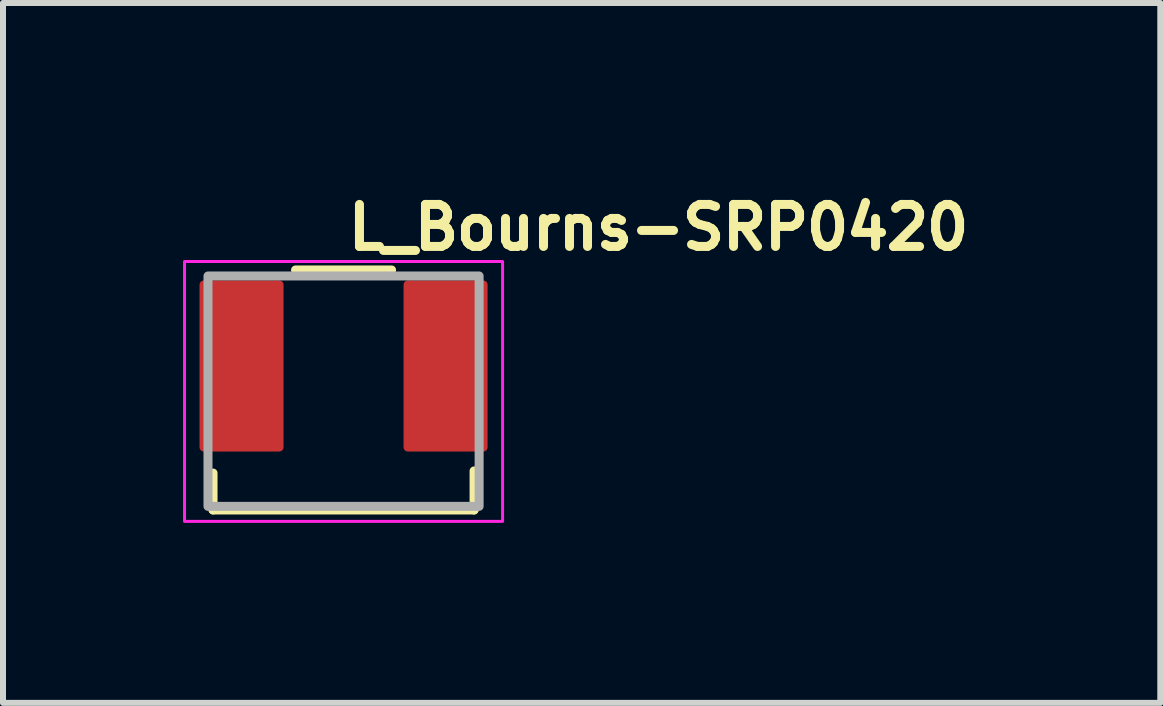
<source format=kicad_pcb>
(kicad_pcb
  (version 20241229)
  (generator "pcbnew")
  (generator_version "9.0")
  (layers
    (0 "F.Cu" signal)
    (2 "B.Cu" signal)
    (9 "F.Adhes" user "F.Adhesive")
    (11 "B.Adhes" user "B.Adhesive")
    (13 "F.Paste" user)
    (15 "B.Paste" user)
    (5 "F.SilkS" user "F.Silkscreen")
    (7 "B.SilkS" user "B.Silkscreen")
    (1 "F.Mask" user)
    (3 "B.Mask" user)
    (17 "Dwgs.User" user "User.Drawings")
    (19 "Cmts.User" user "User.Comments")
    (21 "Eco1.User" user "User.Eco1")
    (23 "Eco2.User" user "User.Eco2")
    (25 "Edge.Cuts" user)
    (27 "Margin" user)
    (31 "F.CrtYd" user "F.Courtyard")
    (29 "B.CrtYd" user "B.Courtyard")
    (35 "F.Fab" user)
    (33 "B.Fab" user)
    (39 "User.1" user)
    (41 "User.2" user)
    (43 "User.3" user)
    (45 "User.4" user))
  (footprint "L_Bourns-SRP0420"
    (layer "F.Cu")
    (at 2.675 3.468)
    (property "Reference" "L_Bourns-SRP0420" (at 0 -2.318 0) (layer "F.SilkS") (effects (font (size 0.7 0.7) (thickness 0.15)) (justify left bottom)))
    (attr smd)
    (fp_line (start -2.175 1.98) (end -2.175 1.365) (stroke (width 0.15) (type solid)) (layer "F.SilkS"))
    (fp_line (start -2.175 1.98) (end 2.175 1.98) (stroke (width 0.15) (type solid)) (layer "F.SilkS"))
    (fp_line (start 0.8 -2.019) (end -0.8 -2.019) (stroke (width 0.15) (type solid)) (layer "F.SilkS"))
    (fp_line (start 2.175 1.98) (end 2.175 1.33) (stroke (width 0.15) (type solid)) (layer "F.SilkS"))
    (fp_rect (start -2.65 -2.16) (end 2.65 2.17) (stroke (width 0.05) (type solid)) (fill no) (layer "F.CrtYd"))
    (fp_rect (start -2.259 -1.919) (end 2.259 1.92) (stroke (width 0.15) (type solid)) (fill no) (layer "F.Fab"))
    (fp_rect (start -2.259 -1.92) (end 2.259 1.92) (stroke (width 0.1) (type solid)) (fill no) (layer "User.5"))
    (fp_line (start -2.259 -1.704) (end -1.139 -1.704) (stroke (width 0.02) (type solid)) (layer "User.9"))
    (fp_line (start -2.259 0.865) (end -2.259 -1.704) (stroke (width 0.02) (type solid)) (layer "User.9"))
    (fp_line (start -2.259 0.865) (end -2.05 0.865) (stroke (width 0.02) (type solid)) (layer "User.9"))
    (fp_line (start -2.05 -1.118) (end -2.05 1.92) (stroke (width 0.02) (type solid)) (layer "User.9"))
    (fp_line (start -2.05 1.92) (end 2.05 1.92) (stroke (width 0.02) (type solid)) (layer "User.9"))
    (fp_line (start -1.5 -1.118) (end -2.05 -1.118) (stroke (width 0.02) (type solid)) (layer "User.9"))
    (fp_line (start -1.139 -1.695) (end -1.139 -1.704) (stroke (width 0.02) (type solid)) (layer "User.9"))
    (fp_line (start -1 -1.919) (end -1.5 -1.118) (stroke (width 0.02) (type solid)) (layer "User.9"))
    (fp_line (start 1 -1.919) (end -1 -1.919) (stroke (width 0.02) (type solid)) (layer "User.9"))
    (fp_line (start 1.139 -1.704) (end 2.259 -1.704) (stroke (width 0.02) (type solid)) (layer "User.9"))
    (fp_line (start 1.139 -1.695) (end 1.139 -1.704) (stroke (width 0.02) (type solid)) (layer "User.9"))
    (fp_line (start 1.5 -1.118) (end 1 -1.919) (stroke (width 0.02) (type solid)) (layer "User.9"))
    (fp_line (start 2.05 -1.118) (end 1.5 -1.118) (stroke (width 0.02) (type solid)) (layer "User.9"))
    (fp_line (start 2.05 0.865) (end 2.259 0.865) (stroke (width 0.02) (type solid)) (layer "User.9"))
    (fp_line (start 2.05 1.92) (end 2.05 -1.118) (stroke (width 0.02) (type solid)) (layer "User.9"))
    (fp_line (start 2.259 0.865) (end 2.259 -1.704) (stroke (width 0.02) (type solid)) (layer "User.9"))
    (pad "1" smd roundrect (at -1.7 -0.419) (size 1.4 2.85) (layers "F.Cu" "F.Mask" "F.Paste") (roundrect_rratio 0.05))
    (pad "2" smd roundrect (at 1.7 -0.419) (size 1.4 2.85) (layers "F.Cu" "F.Mask" "F.Paste") (roundrect_rratio 0.05)))
  (gr_rect
    (start -3 -3)
    (end 16.285 8.663)
    (stroke (width 0.1) (type default))
    (fill no)
    (layer "Edge.Cuts")))
</source>
